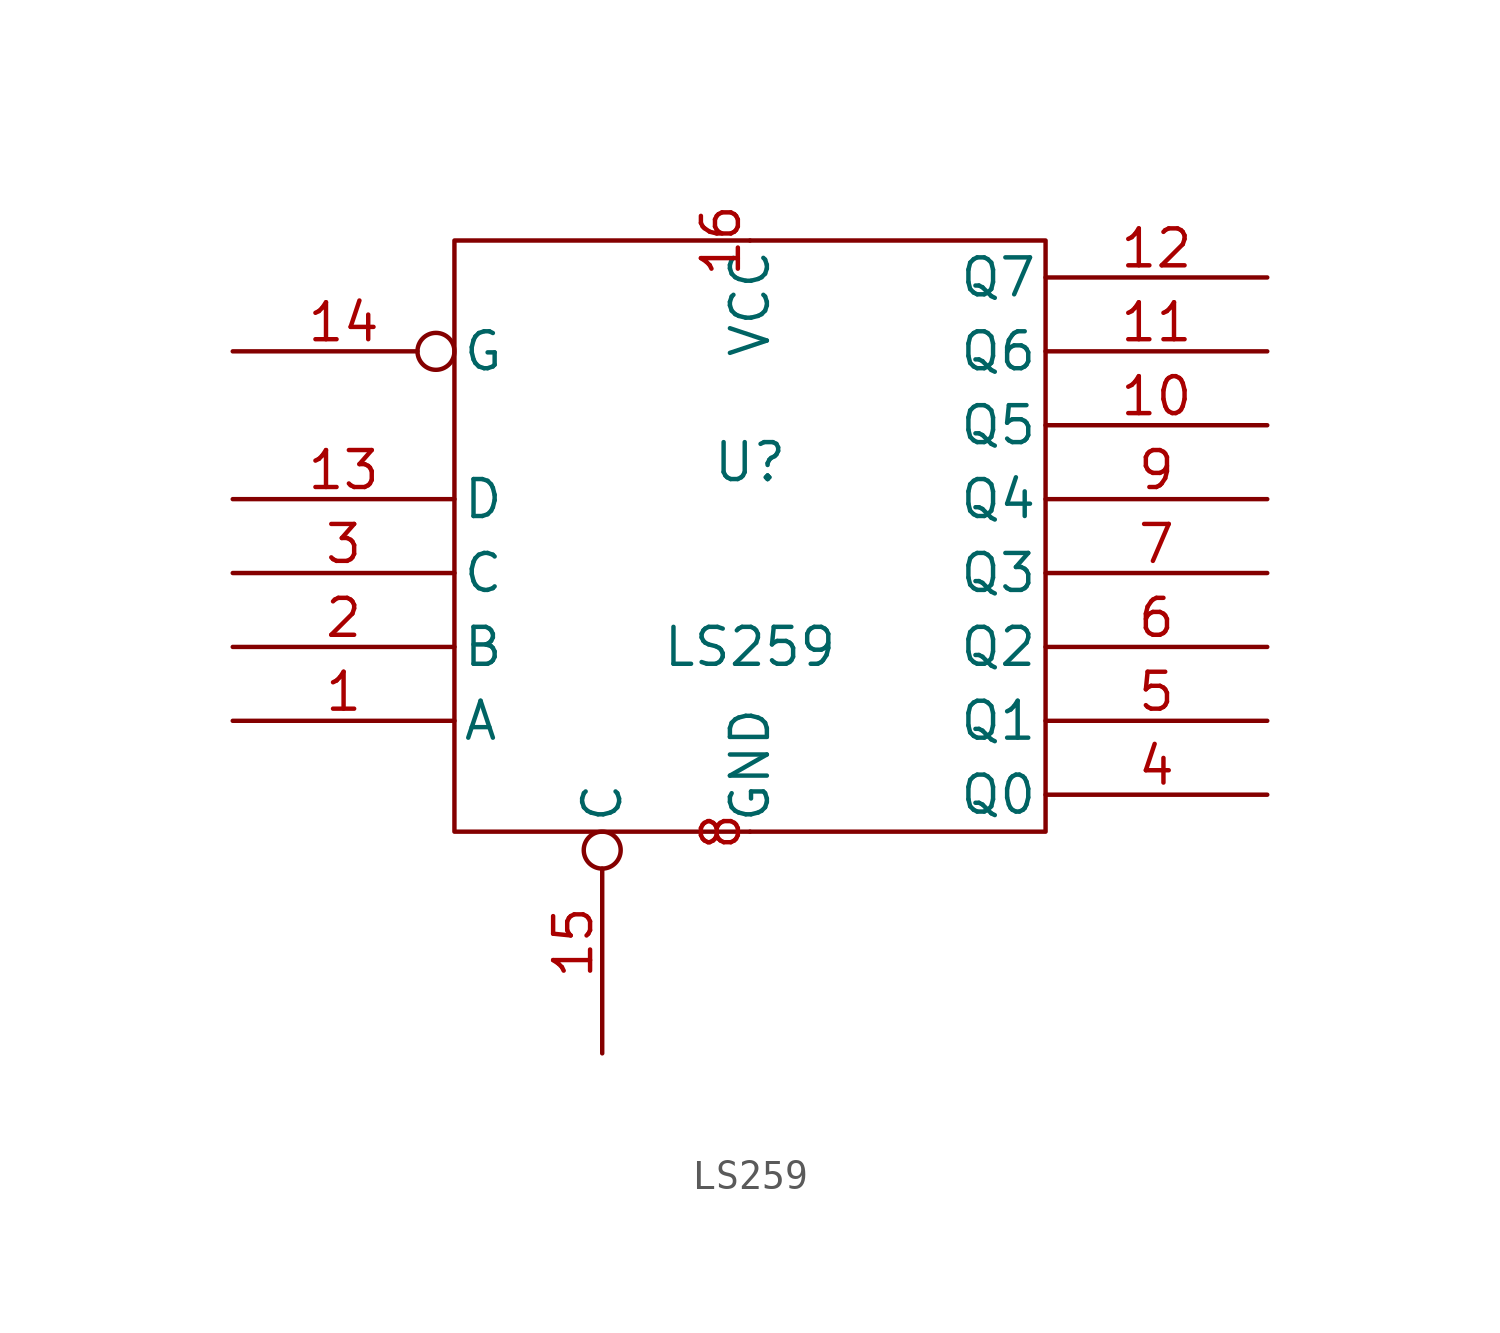
<source format=kicad_sym>
(kicad_symbol_lib
  (version 20211014)
  (generator kicad_symbol_editor)
  (symbol "LS259"
    (pin_names
      (offset 0.254))
    (property "Reference" "U"
      (at 0 2.54 0)
      (effects (font (size 1.27 1.27))))
    (property "Value" "LS259"
      (at 0 -3.81 0)
      (effects (font (size 1.27 1.27))))
    (symbol "LS259_0_0"
      (pin power_in line (at 0 -10.16 90) (length 0) (name "GND" (effects (font (size 1.27 1.27)))) (number "8" (effects (font (size 1.27 1.27))))))
    (symbol "LS259_0_1"
      (rectangle (start -10.16 10.16) (end 10.16 -10.16) (stroke (width 0) (type default) (color 0 0 0 0)) (fill (type none))))
    (symbol "LS259_1_0"
      (pin power_in line (at 0 10.16 270) (length 0) (name "VCC" (effects (font (size 1.27 1.27)))) (number "16" (effects (font (size 1.27 1.27))))))
    (symbol "LS259_1_1"
      (pin input line (at -17.78 -6.35 0) (length 7.62) (name "A" (effects (font (size 1.27 1.27)))) (number "1" (effects (font (size 1.27 1.27)))))
      (pin output line (at 17.78 3.81 180) (length 7.62) (name "Q5" (effects (font (size 1.27 1.27)))) (number "10" (effects (font (size 1.27 1.27)))))
      (pin output line (at 17.78 6.35 180) (length 7.62) (name "Q6" (effects (font (size 1.27 1.27)))) (number "11" (effects (font (size 1.27 1.27)))))
      (pin output line (at 17.78 8.89 180) (length 7.62) (name "Q7" (effects (font (size 1.27 1.27)))) (number "12" (effects (font (size 1.27 1.27)))))
      (pin input line (at -17.78 1.27 0) (length 7.62) (name "D" (effects (font (size 1.27 1.27)))) (number "13" (effects (font (size 1.27 1.27)))))
      (pin input inverted (at -17.78 6.35 0) (length 7.62) (name "G" (effects (font (size 1.27 1.27)))) (number "14" (effects (font (size 1.27 1.27)))))
      (pin input inverted (at -5.08 -17.78 90) (length 7.62) (name "C" (effects (font (size 1.27 1.27)))) (number "15" (effects (font (size 1.27 1.27)))))
      (pin input line (at -17.78 -3.81 0) (length 7.62) (name "B" (effects (font (size 1.27 1.27)))) (number "2" (effects (font (size 1.27 1.27)))))
      (pin input line (at -17.78 -1.27 0) (length 7.62) (name "C" (effects (font (size 1.27 1.27)))) (number "3" (effects (font (size 1.27 1.27)))))
      (pin output line (at 17.78 -8.89 180) (length 7.62) (name "Q0" (effects (font (size 1.27 1.27)))) (number "4" (effects (font (size 1.27 1.27)))))
      (pin output line (at 17.78 -6.35 180) (length 7.62) (name "Q1" (effects (font (size 1.27 1.27)))) (number "5" (effects (font (size 1.27 1.27)))))
      (pin output line (at 17.78 -3.81 180) (length 7.62) (name "Q2" (effects (font (size 1.27 1.27)))) (number "6" (effects (font (size 1.27 1.27)))))
      (pin output line (at 17.78 -1.27 180) (length 7.62) (name "Q3" (effects (font (size 1.27 1.27)))) (number "7" (effects (font (size 1.27 1.27)))))
      (pin output line (at 17.78 1.27 180) (length 7.62) (name "Q4" (effects (font (size 1.27 1.27)))) (number "9" (effects (font (size 1.27 1.27))))))))
</source>
